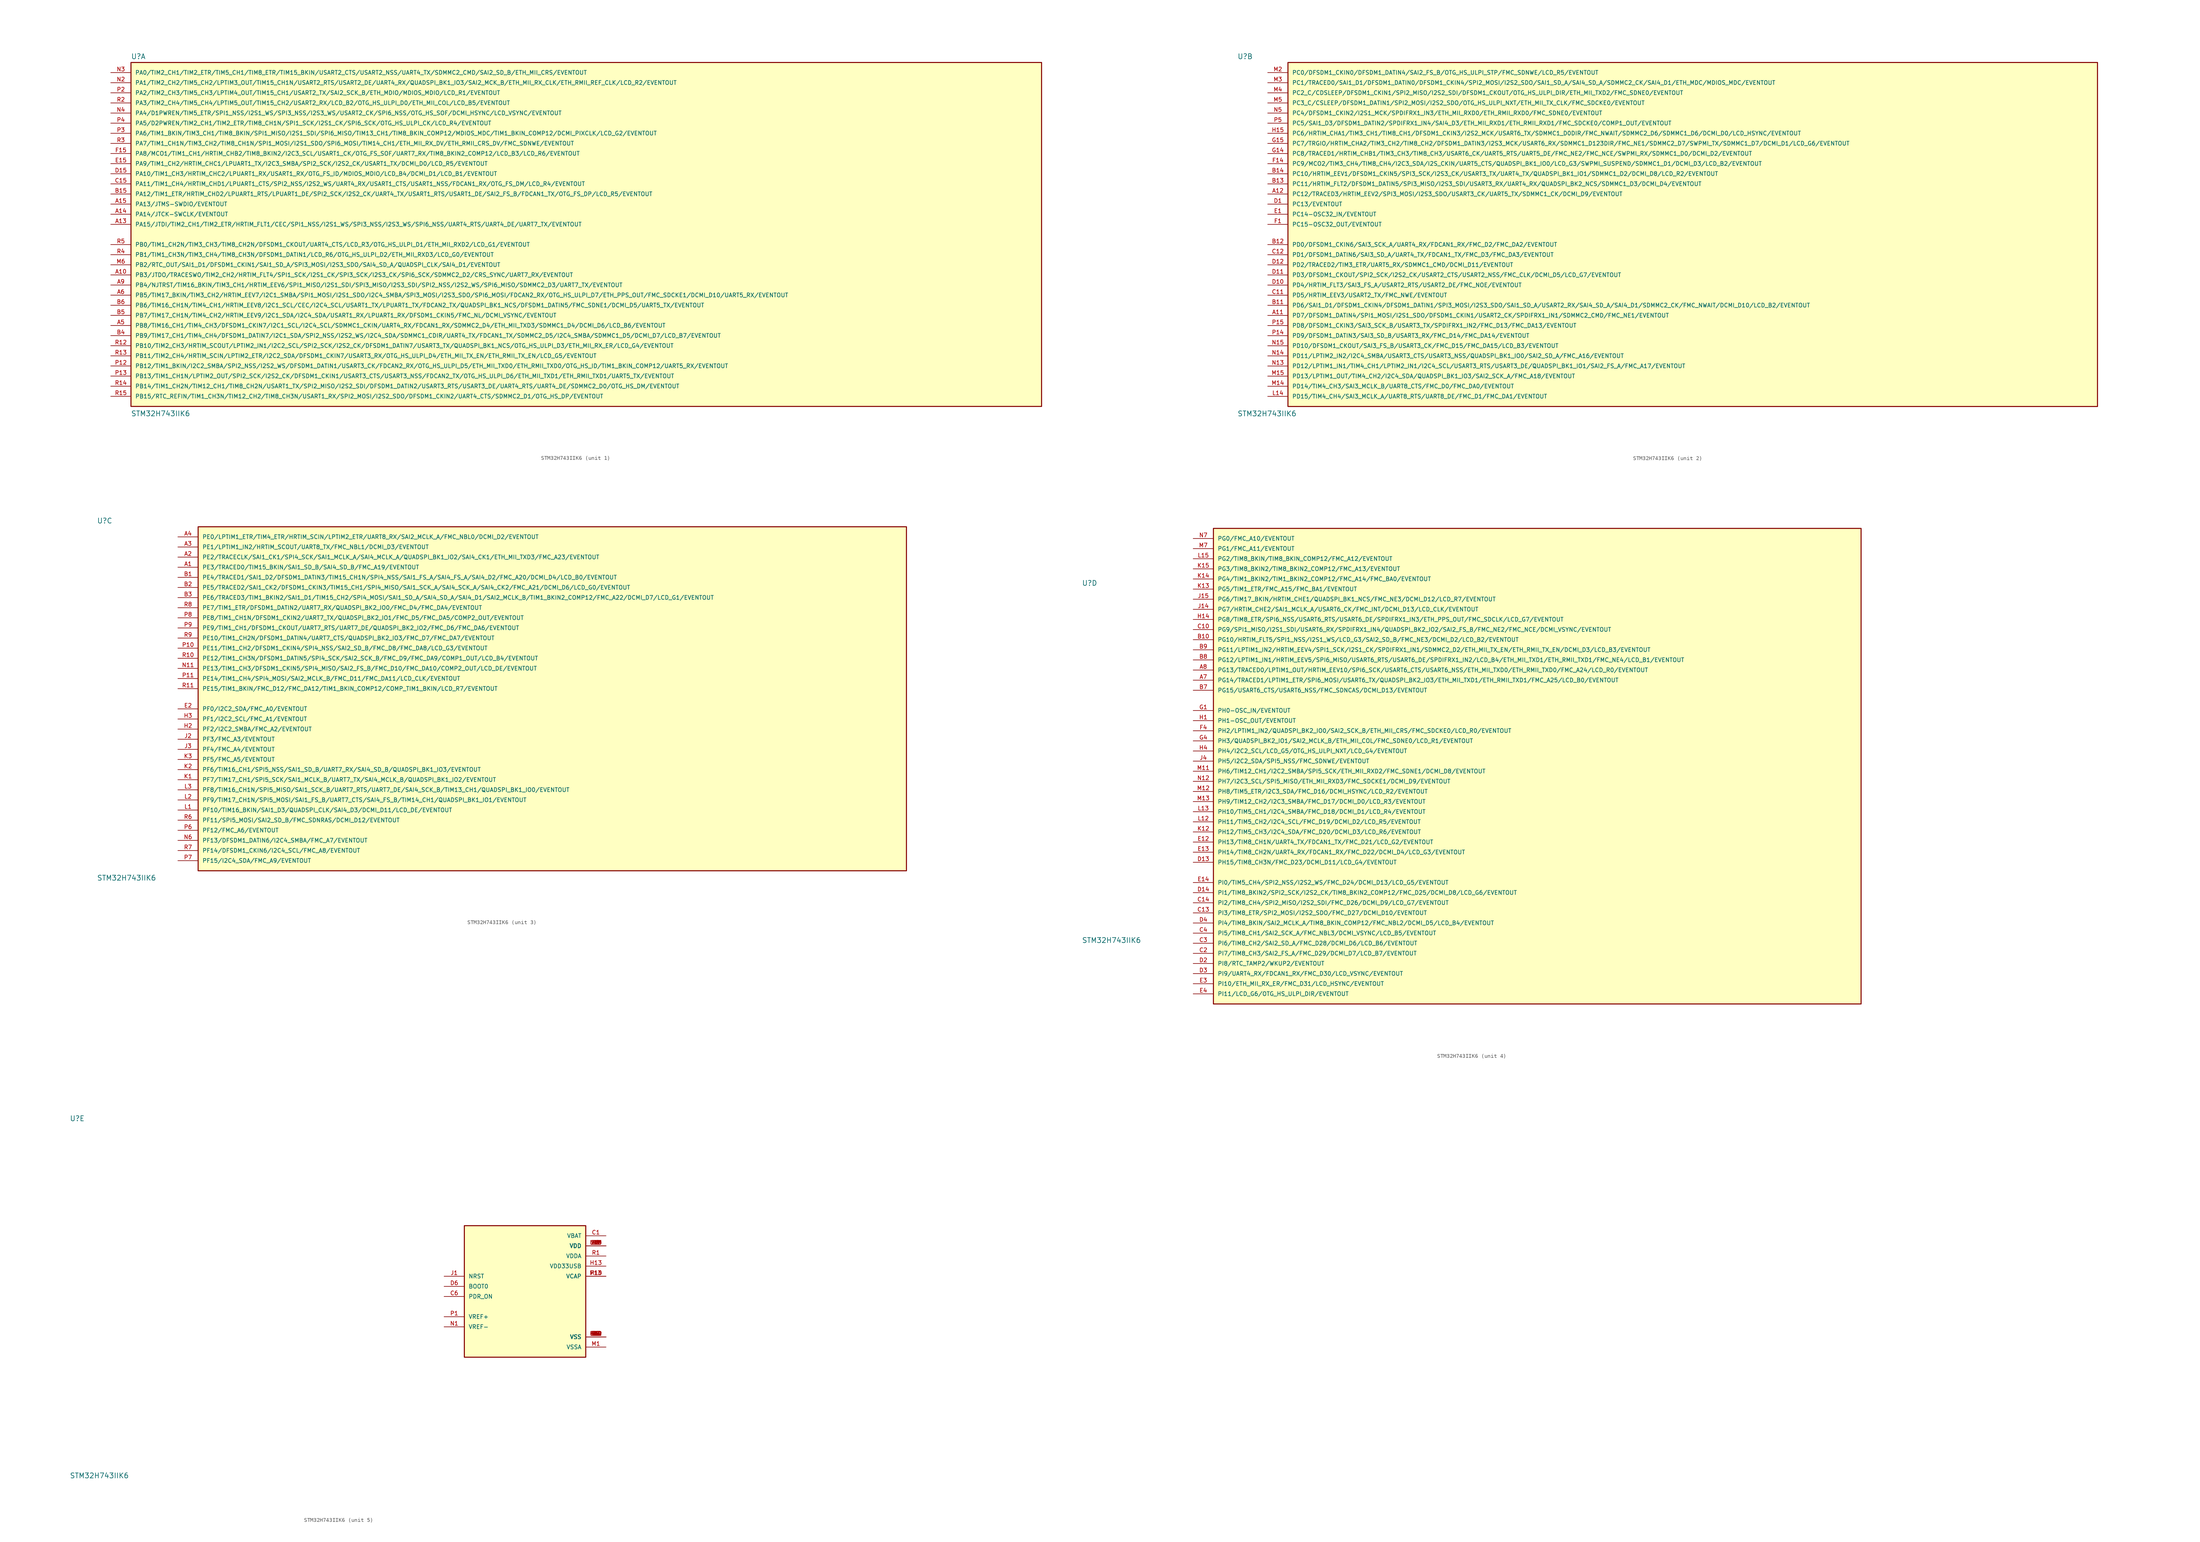
<source format=kicad_sym>
(kicad_symbol_lib
  (version 20211014)
  (generator kicad_symbol_editor)
  (symbol "STM32H743IIK6"
    (pin_names
      (offset 1.016))
    (property "Reference" "U"
      (at -114.3 43.942 0)
      (effects (font (size 1.27 1.27)) (justify bottom left)))
    (property "Value" "STM32H743IIK6"
      (at -114.3 -45.72 0)
      (effects (font (size 1.27 1.27)) (justify bottom left)))
    (symbol "STM32H743IIK6_1_0"
      (rectangle (start -114.3 -43.18) (end 114.3 43.18) (stroke (width 0.254)) (fill (type background)))
      (pin bidirectional line (at -119.38 40.64 0) (length 5.08) (name "PA0/TIM2_CH1/TIM2_ETR/TIM5_CH1/TIM8_ETR/TIM15_BKIN/USART2_CTS/USART2_NSS/UART4_TX/SDMMC2_CMD/SAI2_SD_B/ETH_MII_CRS/EVENTOUT" (effects (font (size 1.016 1.016)))) (number "N3" (effects (font (size 1.016 1.016)))))
      (pin bidirectional line (at -119.38 38.1 0) (length 5.08) (name "PA1/TIM2_CH2/TIM5_CH2/LPTIM3_OUT/TIM15_CH1N/USART2_RTS/USART2_DE/UART4_RX/QUADSPI_BK1_IO3/SAI2_MCK_B/ETH_MII_RX_CLK/ETH_RMII_REF_CLK/LCD_R2/EVENTOUT" (effects (font (size 1.016 1.016)))) (number "N2" (effects (font (size 1.016 1.016)))))
      (pin bidirectional line (at -119.38 35.56 0) (length 5.08) (name "PA2/TIM2_CH3/TIM5_CH3/LPTIM4_OUT/TIM15_CH1/USART2_TX/SAI2_SCK_B/ETH_MDIO/MDIOS_MDIO/LCD_R1/EVENTOUT" (effects (font (size 1.016 1.016)))) (number "P2" (effects (font (size 1.016 1.016)))))
      (pin bidirectional line (at -119.38 33.02 0) (length 5.08) (name "PA3/TIM2_CH4/TIM5_CH4/LPTIM5_OUT/TIM15_CH2/USART2_RX/LCD_B2/OTG_HS_ULPI_D0/ETH_MII_COL/LCD_B5/EVENTOUT" (effects (font (size 1.016 1.016)))) (number "R2" (effects (font (size 1.016 1.016)))))
      (pin bidirectional line (at -119.38 30.48 0) (length 5.08) (name "PA4/D1PWREN/TIM5_ETR/SPI1_NSS/I2S1_WS/SPI3_NSS/I2S3_WS/USART2_CK/SPI6_NSS/OTG_HS_SOF/DCMI_HSYNC/LCD_VSYNC/EVENTOUT" (effects (font (size 1.016 1.016)))) (number "N4" (effects (font (size 1.016 1.016)))))
      (pin bidirectional line (at -119.38 27.94 0) (length 5.08) (name "PA5/D2PWREN/TIM2_CH1/TIM2_ETR/TIM8_CH1N/SPI1_SCK/I2S1_CK/SPI6_SCK/OTG_HS_ULPI_CK/LCD_R4/EVENTOUT" (effects (font (size 1.016 1.016)))) (number "P4" (effects (font (size 1.016 1.016)))))
      (pin bidirectional line (at -119.38 25.4 0) (length 5.08) (name "PA6/TIM1_BKIN/TIM3_CH1/TIM8_BKIN/SPI1_MISO/I2S1_SDI/SPI6_MISO/TIM13_CH1/TIM8_BKIN_COMP12/MDIOS_MDC/TIM1_BKIN_COMP12/DCMI_PIXCLK/LCD_G2/EVENTOUT" (effects (font (size 1.016 1.016)))) (number "P3" (effects (font (size 1.016 1.016)))))
      (pin bidirectional line (at -119.38 22.86 0) (length 5.08) (name "PA7/TIM1_CH1N/TIM3_CH2/TIM8_CH1N/SPI1_MOSI/I2S1_SDO/SPI6_MOSI/TIM14_CH1/ETH_MII_RX_DV/ETH_RMII_CRS_DV/FMC_SDNWE/EVENTOUT" (effects (font (size 1.016 1.016)))) (number "R3" (effects (font (size 1.016 1.016)))))
      (pin bidirectional line (at -119.38 20.32 0) (length 5.08) (name "PA8/MCO1/TIM1_CH1/HRTIM_CHB2/TIM8_BKIN2/I2C3_SCL/USART1_CK/OTG_FS_SOF/UART7_RX/TIM8_BKIN2_COMP12/LCD_B3/LCD_R6/EVENTOUT" (effects (font (size 1.016 1.016)))) (number "F15" (effects (font (size 1.016 1.016)))))
      (pin bidirectional line (at -119.38 17.78 0) (length 5.08) (name "PA9/TIM1_CH2/HRTIM_CHC1/LPUART1_TX/I2C3_SMBA/SPI2_SCK/I2S2_CK/USART1_TX/DCMI_D0/LCD_R5/EVENTOUT" (effects (font (size 1.016 1.016)))) (number "E15" (effects (font (size 1.016 1.016)))))
      (pin bidirectional line (at -119.38 15.24 0) (length 5.08) (name "PA10/TIM1_CH3/HRTIM_CHC2/LPUART1_RX/USART1_RX/OTG_FS_ID/MDIOS_MDIO/LCD_B4/DCMI_D1/LCD_B1/EVENTOUT" (effects (font (size 1.016 1.016)))) (number "D15" (effects (font (size 1.016 1.016)))))
      (pin bidirectional line (at -119.38 12.7 0) (length 5.08) (name "PA11/TIM1_CH4/HRTIM_CHD1/LPUART1_CTS/SPI2_NSS/I2S2_WS/UART4_RX/USART1_CTS/USART1_NSS/FDCAN1_RX/OTG_FS_DM/LCD_R4/EVENTOUT" (effects (font (size 1.016 1.016)))) (number "C15" (effects (font (size 1.016 1.016)))))
      (pin bidirectional line (at -119.38 10.16 0) (length 5.08) (name "PA12/TIM1_ETR/HRTIM_CHD2/LPUART1_RTS/LPUART1_DE/SPI2_SCK/I2S2_CK/UART4_TX/USART1_RTS/USART1_DE/SAI2_FS_B/FDCAN1_TX/OTG_FS_DP/LCD_R5/EVENTOUT" (effects (font (size 1.016 1.016)))) (number "B15" (effects (font (size 1.016 1.016)))))
      (pin bidirectional line (at -119.38 7.62 0) (length 5.08) (name "PA13/JTMS-SWDIO/EVENTOUT" (effects (font (size 1.016 1.016)))) (number "A15" (effects (font (size 1.016 1.016)))))
      (pin bidirectional line (at -119.38 5.08 0) (length 5.08) (name "PA14/JTCK-SWCLK/EVENTOUT" (effects (font (size 1.016 1.016)))) (number "A14" (effects (font (size 1.016 1.016)))))
      (pin bidirectional line (at -119.38 2.54 0) (length 5.08) (name "PA15/JTDI/TIM2_CH1/TIM2_ETR/HRTIM_FLT1/CEC/SPI1_NSS/I2S1_WS/SPI3_NSS/I2S3_WS/SPI6_NSS/UART4_RTS/UART4_DE/UART7_TX/EVENTOUT" (effects (font (size 1.016 1.016)))) (number "A13" (effects (font (size 1.016 1.016)))))
      (pin bidirectional line (at -119.38 -2.54 0) (length 5.08) (name "PB0/TIM1_CH2N/TIM3_CH3/TIM8_CH2N/DFSDM1_CKOUT/UART4_CTS/LCD_R3/OTG_HS_ULPI_D1/ETH_MII_RXD2/LCD_G1/EVENTOUT" (effects (font (size 1.016 1.016)))) (number "R5" (effects (font (size 1.016 1.016)))))
      (pin bidirectional line (at -119.38 -5.08 0) (length 5.08) (name "PB1/TIM1_CH3N/TIM3_CH4/TIM8_CH3N/DFSDM1_DATIN1/LCD_R6/OTG_HS_ULPI_D2/ETH_MII_RXD3/LCD_G0/EVENTOUT" (effects (font (size 1.016 1.016)))) (number "R4" (effects (font (size 1.016 1.016)))))
      (pin bidirectional line (at -119.38 -7.62 0) (length 5.08) (name "PB2/RTC_OUT/SAI1_D1/DFSDM1_CKIN1/SAI1_SD_A/SPI3_MOSI/I2S3_SDO/SAI4_SD_A/QUADSPI_CLK/SAI4_D1/EVENTOUT" (effects (font (size 1.016 1.016)))) (number "M6" (effects (font (size 1.016 1.016)))))
      (pin bidirectional line (at -119.38 -27.94 0) (length 5.08) (name "PB10/TIM2_CH3/HRTIM_SCOUT/LPTIM2_IN1/I2C2_SCL/SPI2_SCK/I2S2_CK/DFSDM1_DATIN7/USART3_TX/QUADSPI_BK1_NCS/OTG_HS_ULPI_D3/ETH_MII_RX_ER/LCD_G4/EVENTOUT" (effects (font (size 1.016 1.016)))) (number "R12" (effects (font (size 1.016 1.016)))))
      (pin bidirectional line (at -119.38 -30.48 0) (length 5.08) (name "PB11/TIM2_CH4/HRTIM_SCIN/LPTIM2_ETR/I2C2_SDA/DFSDM1_CKIN7/USART3_RX/OTG_HS_ULPI_D4/ETH_MII_TX_EN/ETH_RMII_TX_EN/LCD_G5/EVENTOUT" (effects (font (size 1.016 1.016)))) (number "R13" (effects (font (size 1.016 1.016)))))
      (pin bidirectional line (at -119.38 -33.02 0) (length 5.08) (name "PB12/TIM1_BKIN/I2C2_SMBA/SPI2_NSS/I2S2_WS/DFSDM1_DATIN1/USART3_CK/FDCAN2_RX/OTG_HS_ULPI_D5/ETH_MII_TXD0/ETH_RMII_TXD0/OTG_HS_ID/TIM1_BKIN_COMP12/UART5_RX/EVENTOUT" (effects (font (size 1.016 1.016)))) (number "P12" (effects (font (size 1.016 1.016)))))
      (pin bidirectional line (at -119.38 -35.56 0) (length 5.08) (name "PB13/TIM1_CH1N/LPTIM2_OUT/SPI2_SCK/I2S2_CK/DFSDM1_CKIN1/USART3_CTS/USART3_NSS/FDCAN2_TX/OTG_HS_ULPI_D6/ETH_MII_TXD1/ETH_RMII_TXD1/UART5_TX/EVENTOUT" (effects (font (size 1.016 1.016)))) (number "P13" (effects (font (size 1.016 1.016)))))
      (pin bidirectional line (at -119.38 -38.1 0) (length 5.08) (name "PB14/TIM1_CH2N/TIM12_CH1/TIM8_CH2N/USART1_TX/SPI2_MISO/I2S2_SDI/DFSDM1_DATIN2/USART3_RTS/USART3_DE/UART4_RTS/UART4_DE/SDMMC2_D0/OTG_HS_DM/EVENTOUT" (effects (font (size 1.016 1.016)))) (number "R14" (effects (font (size 1.016 1.016)))))
      (pin bidirectional line (at -119.38 -40.64 0) (length 5.08) (name "PB15/RTC_REFIN/TIM1_CH3N/TIM12_CH2/TIM8_CH3N/USART1_RX/SPI2_MOSI/I2S2_SDO/DFSDM1_CKIN2/UART4_CTS/SDMMC2_D1/OTG_HS_DP/EVENTOUT" (effects (font (size 1.016 1.016)))) (number "R15" (effects (font (size 1.016 1.016)))))
      (pin bidirectional line (at -119.38 -15.24 0) (length 5.08) (name "PB5/TIM17_BKIN/TIM3_CH2/HRTIM_EEV7/I2C1_SMBA/SPI1_MOSI/I2S1_SDO/I2C4_SMBA/SPI3_MOSI/I2S3_SDO/SPI6_MOSI/FDCAN2_RX/OTG_HS_ULPI_D7/ETH_PPS_OUT/FMC_SDCKE1/DCMI_D10/UART5_RX/EVENTOUT" (effects (font (size 1.016 1.016)))) (number "A6" (effects (font (size 1.016 1.016)))))
      (pin bidirectional line (at -119.38 -17.78 0) (length 5.08) (name "PB6/TIM16_CH1N/TIM4_CH1/HRTIM_EEV8/I2C1_SCL/CEC/I2C4_SCL/USART1_TX/LPUART1_TX/FDCAN2_TX/QUADSPI_BK1_NCS/DFSDM1_DATIN5/FMC_SDNE1/DCMI_D5/UART5_TX/EVENTOUT" (effects (font (size 1.016 1.016)))) (number "B6" (effects (font (size 1.016 1.016)))))
      (pin bidirectional line (at -119.38 -20.32 0) (length 5.08) (name "PB7/TIM17_CH1N/TIM4_CH2/HRTIM_EEV9/I2C1_SDA/I2C4_SDA/USART1_RX/LPUART1_RX/DFSDM1_CKIN5/FMC_NL/DCMI_VSYNC/EVENTOUT" (effects (font (size 1.016 1.016)))) (number "B5" (effects (font (size 1.016 1.016)))))
      (pin bidirectional line (at -119.38 -22.86 0) (length 5.08) (name "PB8/TIM16_CH1/TIM4_CH3/DFSDM1_CKIN7/I2C1_SCL/I2C4_SCL/SDMMC1_CKIN/UART4_RX/FDCAN1_RX/SDMMC2_D4/ETH_MII_TXD3/SDMMC1_D4/DCMI_D6/LCD_B6/EVENTOUT" (effects (font (size 1.016 1.016)))) (number "A5" (effects (font (size 1.016 1.016)))))
      (pin bidirectional line (at -119.38 -25.4 0) (length 5.08) (name "PB9/TIM17_CH1/TIM4_CH4/DFSDM1_DATIN7/I2C1_SDA/SPI2_NSS/I2S2_WS/I2C4_SDA/SDMMC1_CDIR/UART4_TX/FDCAN1_TX/SDMMC2_D5/I2C4_SMBA/SDMMC1_D5/DCMI_D7/LCD_B7/EVENTOUT" (effects (font (size 1.016 1.016)))) (number "B4" (effects (font (size 1.016 1.016)))))
      (pin bidirectional line (at -119.38 -10.16 0) (length 5.08) (name "PB3/JTDO/TRACESWO/TIM2_CH2/HRTIM_FLT4/SPI1_SCK/I2S1_CK/SPI3_SCK/I2S3_CK/SPI6_SCK/SDMMC2_D2/CRS_SYNC/UART7_RX/EVENTOUT" (effects (font (size 1.016 1.016)))) (number "A10" (effects (font (size 1.016 1.016)))))
      (pin bidirectional line (at -119.38 -12.7 0) (length 5.08) (name "PB4/NJTRST/TIM16_BKIN/TIM3_CH1/HRTIM_EEV6/SPI1_MISO/I2S1_SDI/SPI3_MISO/I2S3_SDI/SPI2_NSS/I2S2_WS/SPI6_MISO/SDMMC2_D3/UART7_TX/EVENTOUT" (effects (font (size 1.016 1.016)))) (number "A9" (effects (font (size 1.016 1.016))))))
    (symbol "STM32H743IIK6_2_0"
      (rectangle (start -101.6 -43.18) (end 101.6 43.18) (stroke (width 0.254)) (fill (type background)))
      (pin bidirectional line (at -106.68 7.62 0) (length 5.08) (name "PC13/EVENTOUT" (effects (font (size 1.016 1.016)))) (number "D1" (effects (font (size 1.016 1.016)))))
      (pin bidirectional line (at -106.68 5.08 0) (length 5.08) (name "PC14-OSC32_IN/EVENTOUT" (effects (font (size 1.016 1.016)))) (number "E1" (effects (font (size 1.016 1.016)))))
      (pin bidirectional line (at -106.68 2.54 0) (length 5.08) (name "PC15-OSC32_OUT/EVENTOUT" (effects (font (size 1.016 1.016)))) (number "F1" (effects (font (size 1.016 1.016)))))
      (pin bidirectional line (at -106.68 40.64 0) (length 5.08) (name "PC0/DFSDM1_CKIN0/DFSDM1_DATIN4/SAI2_FS_B/OTG_HS_ULPI_STP/FMC_SDNWE/LCD_R5/EVENTOUT" (effects (font (size 1.016 1.016)))) (number "M2" (effects (font (size 1.016 1.016)))))
      (pin bidirectional line (at -106.68 38.1 0) (length 5.08) (name "PC1/TRACED0/SAI1_D1/DFSDM1_DATIN0/DFSDM1_CKIN4/SPI2_MOSI/I2S2_SDO/SAI1_SD_A/SAI4_SD_A/SDMMC2_CK/SAI4_D1/ETH_MDC/MDIOS_MDC/EVENTOUT" (effects (font (size 1.016 1.016)))) (number "M3" (effects (font (size 1.016 1.016)))))
      (pin bidirectional line (at -106.68 35.56 0) (length 5.08) (name "PC2_C/CDSLEEP/DFSDM1_CKIN1/SPI2_MISO/I2S2_SDI/DFSDM1_CKOUT/OTG_HS_ULPI_DIR/ETH_MII_TXD2/FMC_SDNE0/EVENTOUT" (effects (font (size 1.016 1.016)))) (number "M4" (effects (font (size 1.016 1.016)))))
      (pin bidirectional line (at -106.68 33.02 0) (length 5.08) (name "PC3_C/CSLEEP/DFSDM1_DATIN1/SPI2_MOSI/I2S2_SDO/OTG_HS_ULPI_NXT/ETH_MII_TX_CLK/FMC_SDCKE0/EVENTOUT" (effects (font (size 1.016 1.016)))) (number "M5" (effects (font (size 1.016 1.016)))))
      (pin bidirectional line (at -106.68 30.48 0) (length 5.08) (name "PC4/DFSDM1_CKIN2/I2S1_MCK/SPDIFRX1_IN3/ETH_MII_RXD0/ETH_RMII_RXD0/FMC_SDNE0/EVENTOUT" (effects (font (size 1.016 1.016)))) (number "N5" (effects (font (size 1.016 1.016)))))
      (pin bidirectional line (at -106.68 27.94 0) (length 5.08) (name "PC5/SAI1_D3/DFSDM1_DATIN2/SPDIFRX1_IN4/SAI4_D3/ETH_MII_RXD1/ETH_RMII_RXD1/FMC_SDCKE0/COMP1_OUT/EVENTOUT" (effects (font (size 1.016 1.016)))) (number "P5" (effects (font (size 1.016 1.016)))))
      (pin bidirectional line (at -106.68 25.4 0) (length 5.08) (name "PC6/HRTIM_CHA1/TIM3_CH1/TIM8_CH1/DFSDM1_CKIN3/I2S2_MCK/USART6_TX/SDMMC1_D0DIR/FMC_NWAIT/SDMMC2_D6/SDMMC1_D6/DCMI_D0/LCD_HSYNC/EVENTOUT" (effects (font (size 1.016 1.016)))) (number "H15" (effects (font (size 1.016 1.016)))))
      (pin bidirectional line (at -106.68 22.86 0) (length 5.08) (name "PC7/TRGIO/HRTIM_CHA2/TIM3_CH2/TIM8_CH2/DFSDM1_DATIN3/I2S3_MCK/USART6_RX/SDMMC1_D123DIR/FMC_NE1/SDMMC2_D7/SWPMI_TX/SDMMC1_D7/DCMI_D1/LCD_G6/EVENTOUT" (effects (font (size 1.016 1.016)))) (number "G15" (effects (font (size 1.016 1.016)))))
      (pin bidirectional line (at -106.68 20.32 0) (length 5.08) (name "PC8/TRACED1/HRTIM_CHB1/TIM3_CH3/TIM8_CH3/USART6_CK/UART5_RTS/UART5_DE/FMC_NE2/FMC_NCE/SWPMI_RX/SDMMC1_D0/DCMI_D2/EVENTOUT" (effects (font (size 1.016 1.016)))) (number "G14" (effects (font (size 1.016 1.016)))))
      (pin bidirectional line (at -106.68 17.78 0) (length 5.08) (name "PC9/MCO2/TIM3_CH4/TIM8_CH4/I2C3_SDA/I2S_CKIN/UART5_CTS/QUADSPI_BK1_IO0/LCD_G3/SWPMI_SUSPEND/SDMMC1_D1/DCMI_D3/LCD_B2/EVENTOUT" (effects (font (size 1.016 1.016)))) (number "F14" (effects (font (size 1.016 1.016)))))
      (pin bidirectional line (at -106.68 15.24 0) (length 5.08) (name "PC10/HRTIM_EEV1/DFSDM1_CKIN5/SPI3_SCK/I2S3_CK/USART3_TX/UART4_TX/QUADSPI_BK1_IO1/SDMMC1_D2/DCMI_D8/LCD_R2/EVENTOUT" (effects (font (size 1.016 1.016)))) (number "B14" (effects (font (size 1.016 1.016)))))
      (pin bidirectional line (at -106.68 12.7 0) (length 5.08) (name "PC11/HRTIM_FLT2/DFSDM1_DATIN5/SPI3_MISO/I2S3_SDI/USART3_RX/UART4_RX/QUADSPI_BK2_NCS/SDMMC1_D3/DCMI_D4/EVENTOUT" (effects (font (size 1.016 1.016)))) (number "B13" (effects (font (size 1.016 1.016)))))
      (pin bidirectional line (at -106.68 10.16 0) (length 5.08) (name "PC12/TRACED3/HRTIM_EEV2/SPI3_MOSI/I2S3_SDO/USART3_CK/UART5_TX/SDMMC1_CK/DCMI_D9/EVENTOUT" (effects (font (size 1.016 1.016)))) (number "A12" (effects (font (size 1.016 1.016)))))
      (pin bidirectional line (at -106.68 -22.86 0) (length 5.08) (name "PD8/DFSDM1_CKIN3/SAI3_SCK_B/USART3_TX/SPDIFRX1_IN2/FMC_D13/FMC_DA13/EVENTOUT" (effects (font (size 1.016 1.016)))) (number "P15" (effects (font (size 1.016 1.016)))))
      (pin bidirectional line (at -106.68 -25.4 0) (length 5.08) (name "PD9/DFSDM1_DATIN3/SAI3_SD_B/USART3_RX/FMC_D14/FMC_DA14/EVENTOUT" (effects (font (size 1.016 1.016)))) (number "P14" (effects (font (size 1.016 1.016)))))
      (pin bidirectional line (at -106.68 -27.94 0) (length 5.08) (name "PD10/DFSDM1_CKOUT/SAI3_FS_B/USART3_CK/FMC_D15/FMC_DA15/LCD_B3/EVENTOUT" (effects (font (size 1.016 1.016)))) (number "N15" (effects (font (size 1.016 1.016)))))
      (pin bidirectional line (at -106.68 -30.48 0) (length 5.08) (name "PD11/LPTIM2_IN2/I2C4_SMBA/USART3_CTS/USART3_NSS/QUADSPI_BK1_IO0/SAI2_SD_A/FMC_A16/EVENTOUT" (effects (font (size 1.016 1.016)))) (number "N14" (effects (font (size 1.016 1.016)))))
      (pin bidirectional line (at -106.68 -33.02 0) (length 5.08) (name "PD12/LPTIM1_IN1/TIM4_CH1/LPTIM2_IN1/I2C4_SCL/USART3_RTS/USART3_DE/QUADSPI_BK1_IO1/SAI2_FS_A/FMC_A17/EVENTOUT" (effects (font (size 1.016 1.016)))) (number "N13" (effects (font (size 1.016 1.016)))))
      (pin bidirectional line (at -106.68 -35.56 0) (length 5.08) (name "PD13/LPTIM1_OUT/TIM4_CH2/I2C4_SDA/QUADSPI_BK1_IO3/SAI2_SCK_A/FMC_A18/EVENTOUT" (effects (font (size 1.016 1.016)))) (number "M15" (effects (font (size 1.016 1.016)))))
      (pin bidirectional line (at -106.68 -38.1 0) (length 5.08) (name "PD14/TIM4_CH3/SAI3_MCLK_B/UART8_CTS/FMC_D0/FMC_DA0/EVENTOUT" (effects (font (size 1.016 1.016)))) (number "M14" (effects (font (size 1.016 1.016)))))
      (pin bidirectional line (at -106.68 -40.64 0) (length 5.08) (name "PD15/TIM4_CH4/SAI3_MCLK_A/UART8_RTS/UART8_DE/FMC_D1/FMC_DA1/EVENTOUT" (effects (font (size 1.016 1.016)))) (number "L14" (effects (font (size 1.016 1.016)))))
      (pin bidirectional line (at -106.68 -2.54 0) (length 5.08) (name "PD0/DFSDM1_CKIN6/SAI3_SCK_A/UART4_RX/FDCAN1_RX/FMC_D2/FMC_DA2/EVENTOUT" (effects (font (size 1.016 1.016)))) (number "B12" (effects (font (size 1.016 1.016)))))
      (pin bidirectional line (at -106.68 -5.08 0) (length 5.08) (name "PD1/DFSDM1_DATIN6/SAI3_SD_A/UART4_TX/FDCAN1_TX/FMC_D3/FMC_DA3/EVENTOUT" (effects (font (size 1.016 1.016)))) (number "C12" (effects (font (size 1.016 1.016)))))
      (pin bidirectional line (at -106.68 -7.62 0) (length 5.08) (name "PD2/TRACED2/TIM3_ETR/UART5_RX/SDMMC1_CMD/DCMI_D11/EVENTOUT" (effects (font (size 1.016 1.016)))) (number "D12" (effects (font (size 1.016 1.016)))))
      (pin bidirectional line (at -106.68 -10.16 0) (length 5.08) (name "PD3/DFSDM1_CKOUT/SPI2_SCK/I2S2_CK/USART2_CTS/USART2_NSS/FMC_CLK/DCMI_D5/LCD_G7/EVENTOUT" (effects (font (size 1.016 1.016)))) (number "D11" (effects (font (size 1.016 1.016)))))
      (pin bidirectional line (at -106.68 -12.7 0) (length 5.08) (name "PD4/HRTIM_FLT3/SAI3_FS_A/USART2_RTS/USART2_DE/FMC_NOE/EVENTOUT" (effects (font (size 1.016 1.016)))) (number "D10" (effects (font (size 1.016 1.016)))))
      (pin bidirectional line (at -106.68 -15.24 0) (length 5.08) (name "PD5/HRTIM_EEV3/USART2_TX/FMC_NWE/EVENTOUT" (effects (font (size 1.016 1.016)))) (number "C11" (effects (font (size 1.016 1.016)))))
      (pin bidirectional line (at -106.68 -17.78 0) (length 5.08) (name "PD6/SAI1_D1/DFSDM1_CKIN4/DFSDM1_DATIN1/SPI3_MOSI/I2S3_SDO/SAI1_SD_A/USART2_RX/SAI4_SD_A/SAI4_D1/SDMMC2_CK/FMC_NWAIT/DCMI_D10/LCD_B2/EVENTOUT" (effects (font (size 1.016 1.016)))) (number "B11" (effects (font (size 1.016 1.016)))))
      (pin bidirectional line (at -106.68 -20.32 0) (length 5.08) (name "PD7/DFSDM1_DATIN4/SPI1_MOSI/I2S1_SDO/DFSDM1_CKIN1/USART2_CK/SPDIFRX1_IN1/SDMMC2_CMD/FMC_NE1/EVENTOUT" (effects (font (size 1.016 1.016)))) (number "A11" (effects (font (size 1.016 1.016))))))
    (symbol "STM32H743IIK6_3_0"
      (rectangle (start -88.9 -43.18) (end 88.9 43.18) (stroke (width 0.254)) (fill (type background)))
      (pin bidirectional line (at -93.98 35.56 0) (length 5.08) (name "PE2/TRACECLK/SAI1_CK1/SPI4_SCK/SAI1_MCLK_A/SAI4_MCLK_A/QUADSPI_BK1_IO2/SAI4_CK1/ETH_MII_TXD3/FMC_A23/EVENTOUT" (effects (font (size 1.016 1.016)))) (number "A2" (effects (font (size 1.016 1.016)))))
      (pin bidirectional line (at -93.98 33.02 0) (length 5.08) (name "PE3/TRACED0/TIM15_BKIN/SAI1_SD_B/SAI4_SD_B/FMC_A19/EVENTOUT" (effects (font (size 1.016 1.016)))) (number "A1" (effects (font (size 1.016 1.016)))))
      (pin bidirectional line (at -93.98 30.48 0) (length 5.08) (name "PE4/TRACED1/SAI1_D2/DFSDM1_DATIN3/TIM15_CH1N/SPI4_NSS/SAI1_FS_A/SAI4_FS_A/SAI4_D2/FMC_A20/DCMI_D4/LCD_B0/EVENTOUT" (effects (font (size 1.016 1.016)))) (number "B1" (effects (font (size 1.016 1.016)))))
      (pin bidirectional line (at -93.98 27.94 0) (length 5.08) (name "PE5/TRACED2/SAI1_CK2/DFSDM1_CKIN3/TIM15_CH1/SPI4_MISO/SAI1_SCK_A/SAI4_SCK_A/SAI4_CK2/FMC_A21/DCMI_D6/LCD_G0/EVENTOUT" (effects (font (size 1.016 1.016)))) (number "B2" (effects (font (size 1.016 1.016)))))
      (pin bidirectional line (at -93.98 25.4 0) (length 5.08) (name "PE6/TRACED3/TIM1_BKIN2/SAI1_D1/TIM15_CH2/SPI4_MOSI/SAI1_SD_A/SAI4_SD_A/SAI4_D1/SAI2_MCLK_B/TIM1_BKIN2_COMP12/FMC_A22/DCMI_D7/LCD_G1/EVENTOUT" (effects (font (size 1.016 1.016)))) (number "B3" (effects (font (size 1.016 1.016)))))
      (pin bidirectional line (at -93.98 22.86 0) (length 5.08) (name "PE7/TIM1_ETR/DFSDM1_DATIN2/UART7_RX/QUADSPI_BK2_IO0/FMC_D4/FMC_DA4/EVENTOUT" (effects (font (size 1.016 1.016)))) (number "R8" (effects (font (size 1.016 1.016)))))
      (pin bidirectional line (at -93.98 20.32 0) (length 5.08) (name "PE8/TIM1_CH1N/DFSDM1_CKIN2/UART7_TX/QUADSPI_BK2_IO1/FMC_D5/FMC_DA5/COMP2_OUT/EVENTOUT" (effects (font (size 1.016 1.016)))) (number "P8" (effects (font (size 1.016 1.016)))))
      (pin bidirectional line (at -93.98 17.78 0) (length 5.08) (name "PE9/TIM1_CH1/DFSDM1_CKOUT/UART7_RTS/UART7_DE/QUADSPI_BK2_IO2/FMC_D6/FMC_DA6/EVENTOUT" (effects (font (size 1.016 1.016)))) (number "P9" (effects (font (size 1.016 1.016)))))
      (pin bidirectional line (at -93.98 15.24 0) (length 5.08) (name "PE10/TIM1_CH2N/DFSDM1_DATIN4/UART7_CTS/QUADSPI_BK2_IO3/FMC_D7/FMC_DA7/EVENTOUT" (effects (font (size 1.016 1.016)))) (number "R9" (effects (font (size 1.016 1.016)))))
      (pin bidirectional line (at -93.98 12.7 0) (length 5.08) (name "PE11/TIM1_CH2/DFSDM1_CKIN4/SPI4_NSS/SAI2_SD_B/FMC_D8/FMC_DA8/LCD_G3/EVENTOUT" (effects (font (size 1.016 1.016)))) (number "P10" (effects (font (size 1.016 1.016)))))
      (pin bidirectional line (at -93.98 10.16 0) (length 5.08) (name "PE12/TIM1_CH3N/DFSDM1_DATIN5/SPI4_SCK/SAI2_SCK_B/FMC_D9/FMC_DA9/COMP1_OUT/LCD_B4/EVENTOUT" (effects (font (size 1.016 1.016)))) (number "R10" (effects (font (size 1.016 1.016)))))
      (pin bidirectional line (at -93.98 7.62 0) (length 5.08) (name "PE13/TIM1_CH3/DFSDM1_CKIN5/SPI4_MISO/SAI2_FS_B/FMC_D10/FMC_DA10/COMP2_OUT/LCD_DE/EVENTOUT" (effects (font (size 1.016 1.016)))) (number "N11" (effects (font (size 1.016 1.016)))))
      (pin bidirectional line (at -93.98 5.08 0) (length 5.08) (name "PE14/TIM1_CH4/SPI4_MOSI/SAI2_MCLK_B/FMC_D11/FMC_DA11/LCD_CLK/EVENTOUT" (effects (font (size 1.016 1.016)))) (number "P11" (effects (font (size 1.016 1.016)))))
      (pin bidirectional line (at -93.98 2.54 0) (length 5.08) (name "PE15/TIM1_BKIN/FMC_D12/FMC_DA12/TIM1_BKIN_COMP12/COMP_TIM1_BKIN/LCD_R7/EVENTOUT" (effects (font (size 1.016 1.016)))) (number "R11" (effects (font (size 1.016 1.016)))))
      (pin bidirectional line (at -93.98 40.64 0) (length 5.08) (name "PE0/LPTIM1_ETR/TIM4_ETR/HRTIM_SCIN/LPTIM2_ETR/UART8_RX/SAI2_MCLK_A/FMC_NBL0/DCMI_D2/EVENTOUT" (effects (font (size 1.016 1.016)))) (number "A4" (effects (font (size 1.016 1.016)))))
      (pin bidirectional line (at -93.98 38.1 0) (length 5.08) (name "PE1/LPTIM1_IN2/HRTIM_SCOUT/UART8_TX/FMC_NBL1/DCMI_D3/EVENTOUT" (effects (font (size 1.016 1.016)))) (number "A3" (effects (font (size 1.016 1.016)))))
      (pin bidirectional line (at -93.98 -2.54 0) (length 5.08) (name "PF0/I2C2_SDA/FMC_A0/EVENTOUT" (effects (font (size 1.016 1.016)))) (number "E2" (effects (font (size 1.016 1.016)))))
      (pin bidirectional line (at -93.98 -5.08 0) (length 5.08) (name "PF1/I2C2_SCL/FMC_A1/EVENTOUT" (effects (font (size 1.016 1.016)))) (number "H3" (effects (font (size 1.016 1.016)))))
      (pin bidirectional line (at -93.98 -7.62 0) (length 5.08) (name "PF2/I2C2_SMBA/FMC_A2/EVENTOUT" (effects (font (size 1.016 1.016)))) (number "H2" (effects (font (size 1.016 1.016)))))
      (pin bidirectional line (at -93.98 -10.16 0) (length 5.08) (name "PF3/FMC_A3/EVENTOUT" (effects (font (size 1.016 1.016)))) (number "J2" (effects (font (size 1.016 1.016)))))
      (pin bidirectional line (at -93.98 -12.7 0) (length 5.08) (name "PF4/FMC_A4/EVENTOUT" (effects (font (size 1.016 1.016)))) (number "J3" (effects (font (size 1.016 1.016)))))
      (pin bidirectional line (at -93.98 -15.24 0) (length 5.08) (name "PF5/FMC_A5/EVENTOUT" (effects (font (size 1.016 1.016)))) (number "K3" (effects (font (size 1.016 1.016)))))
      (pin bidirectional line (at -93.98 -17.78 0) (length 5.08) (name "PF6/TIM16_CH1/SPI5_NSS/SAI1_SD_B/UART7_RX/SAI4_SD_B/QUADSPI_BK1_IO3/EVENTOUT" (effects (font (size 1.016 1.016)))) (number "K2" (effects (font (size 1.016 1.016)))))
      (pin bidirectional line (at -93.98 -20.32 0) (length 5.08) (name "PF7/TIM17_CH1/SPI5_SCK/SAI1_MCLK_B/UART7_TX/SAI4_MCLK_B/QUADSPI_BK1_IO2/EVENTOUT" (effects (font (size 1.016 1.016)))) (number "K1" (effects (font (size 1.016 1.016)))))
      (pin bidirectional line (at -93.98 -22.86 0) (length 5.08) (name "PF8/TIM16_CH1N/SPI5_MISO/SAI1_SCK_B/UART7_RTS/UART7_DE/SAI4_SCK_B/TIM13_CH1/QUADSPI_BK1_IO0/EVENTOUT" (effects (font (size 1.016 1.016)))) (number "L3" (effects (font (size 1.016 1.016)))))
      (pin bidirectional line (at -93.98 -25.4 0) (length 5.08) (name "PF9/TIM17_CH1N/SPI5_MOSI/SAI1_FS_B/UART7_CTS/SAI4_FS_B/TIM14_CH1/QUADSPI_BK1_IO1/EVENTOUT" (effects (font (size 1.016 1.016)))) (number "L2" (effects (font (size 1.016 1.016)))))
      (pin bidirectional line (at -93.98 -27.94 0) (length 5.08) (name "PF10/TIM16_BKIN/SAI1_D3/QUADSPI_CLK/SAI4_D3/DCMI_D11/LCD_DE/EVENTOUT" (effects (font (size 1.016 1.016)))) (number "L1" (effects (font (size 1.016 1.016)))))
      (pin bidirectional line (at -93.98 -30.48 0) (length 5.08) (name "PF11/SPI5_MOSI/SAI2_SD_B/FMC_SDNRAS/DCMI_D12/EVENTOUT" (effects (font (size 1.016 1.016)))) (number "R6" (effects (font (size 1.016 1.016)))))
      (pin bidirectional line (at -93.98 -33.02 0) (length 5.08) (name "PF12/FMC_A6/EVENTOUT" (effects (font (size 1.016 1.016)))) (number "P6" (effects (font (size 1.016 1.016)))))
      (pin bidirectional line (at -93.98 -35.56 0) (length 5.08) (name "PF13/DFSDM1_DATIN6/I2C4_SMBA/FMC_A7/EVENTOUT" (effects (font (size 1.016 1.016)))) (number "N6" (effects (font (size 1.016 1.016)))))
      (pin bidirectional line (at -93.98 -38.1 0) (length 5.08) (name "PF14/DFSDM1_CKIN6/I2C4_SCL/FMC_A8/EVENTOUT" (effects (font (size 1.016 1.016)))) (number "R7" (effects (font (size 1.016 1.016)))))
      (pin bidirectional line (at -93.98 -40.64 0) (length 5.08) (name "PF15/I2C4_SDA/FMC_A9/EVENTOUT" (effects (font (size 1.016 1.016)))) (number "P7" (effects (font (size 1.016 1.016))))))
    (symbol "STM32H743IIK6_4_0"
      (rectangle (start -81.28 -60.96) (end 81.28 58.42) (stroke (width 0.254)) (fill (type background)))
      (pin bidirectional line (at -86.36 55.88 0) (length 5.08) (name "PG0/FMC_A10/EVENTOUT" (effects (font (size 1.016 1.016)))) (number "N7" (effects (font (size 1.016 1.016)))))
      (pin bidirectional line (at -86.36 53.34 0) (length 5.08) (name "PG1/FMC_A11/EVENTOUT" (effects (font (size 1.016 1.016)))) (number "M7" (effects (font (size 1.016 1.016)))))
      (pin bidirectional line (at -86.36 50.8 0) (length 5.08) (name "PG2/TIM8_BKIN/TIM8_BKIN_COMP12/FMC_A12/EVENTOUT" (effects (font (size 1.016 1.016)))) (number "L15" (effects (font (size 1.016 1.016)))))
      (pin bidirectional line (at -86.36 48.26 0) (length 5.08) (name "PG3/TIM8_BKIN2/TIM8_BKIN2_COMP12/FMC_A13/EVENTOUT" (effects (font (size 1.016 1.016)))) (number "K15" (effects (font (size 1.016 1.016)))))
      (pin bidirectional line (at -86.36 45.72 0) (length 5.08) (name "PG4/TIM1_BKIN2/TIM1_BKIN2_COMP12/FMC_A14/FMC_BA0/EVENTOUT" (effects (font (size 1.016 1.016)))) (number "K14" (effects (font (size 1.016 1.016)))))
      (pin bidirectional line (at -86.36 43.18 0) (length 5.08) (name "PG5/TIM1_ETR/FMC_A15/FMC_BA1/EVENTOUT" (effects (font (size 1.016 1.016)))) (number "K13" (effects (font (size 1.016 1.016)))))
      (pin bidirectional line (at -86.36 40.64 0) (length 5.08) (name "PG6/TIM17_BKIN/HRTIM_CHE1/QUADSPI_BK1_NCS/FMC_NE3/DCMI_D12/LCD_R7/EVENTOUT" (effects (font (size 1.016 1.016)))) (number "J15" (effects (font (size 1.016 1.016)))))
      (pin bidirectional line (at -86.36 38.1 0) (length 5.08) (name "PG7/HRTIM_CHE2/SAI1_MCLK_A/USART6_CK/FMC_INT/DCMI_D13/LCD_CLK/EVENTOUT" (effects (font (size 1.016 1.016)))) (number "J14" (effects (font (size 1.016 1.016)))))
      (pin bidirectional line (at -86.36 35.56 0) (length 5.08) (name "PG8/TIM8_ETR/SPI6_NSS/USART6_RTS/USART6_DE/SPDIFRX1_IN3/ETH_PPS_OUT/FMC_SDCLK/LCD_G7/EVENTOUT" (effects (font (size 1.016 1.016)))) (number "H14" (effects (font (size 1.016 1.016)))))
      (pin bidirectional line (at -86.36 33.02 0) (length 5.08) (name "PG9/SPI1_MISO/I2S1_SDI/USART6_RX/SPDIFRX1_IN4/QUADSPI_BK2_IO2/SAI2_FS_B/FMC_NE2/FMC_NCE/DCMI_VSYNC/EVENTOUT" (effects (font (size 1.016 1.016)))) (number "C10" (effects (font (size 1.016 1.016)))))
      (pin bidirectional line (at -86.36 30.48 0) (length 5.08) (name "PG10/HRTIM_FLT5/SPI1_NSS/I2S1_WS/LCD_G3/SAI2_SD_B/FMC_NE3/DCMI_D2/LCD_B2/EVENTOUT" (effects (font (size 1.016 1.016)))) (number "B10" (effects (font (size 1.016 1.016)))))
      (pin bidirectional line (at -86.36 27.94 0) (length 5.08) (name "PG11/LPTIM1_IN2/HRTIM_EEV4/SPI1_SCK/I2S1_CK/SPDIFRX1_IN1/SDMMC2_D2/ETH_MII_TX_EN/ETH_RMII_TX_EN/DCMI_D3/LCD_B3/EVENTOUT" (effects (font (size 1.016 1.016)))) (number "B9" (effects (font (size 1.016 1.016)))))
      (pin bidirectional line (at -86.36 25.4 0) (length 5.08) (name "PG12/LPTIM1_IN1/HRTIM_EEV5/SPI6_MISO/USART6_RTS/USART6_DE/SPDIFRX1_IN2/LCD_B4/ETH_MII_TXD1/ETH_RMII_TXD1/FMC_NE4/LCD_B1/EVENTOUT" (effects (font (size 1.016 1.016)))) (number "B8" (effects (font (size 1.016 1.016)))))
      (pin bidirectional line (at -86.36 22.86 0) (length 5.08) (name "PG13/TRACED0/LPTIM1_OUT/HRTIM_EEV10/SPI6_SCK/USART6_CTS/USART6_NSS/ETH_MII_TXD0/ETH_RMII_TXD0/FMC_A24/LCD_R0/EVENTOUT" (effects (font (size 1.016 1.016)))) (number "A8" (effects (font (size 1.016 1.016)))))
      (pin bidirectional line (at -86.36 20.32 0) (length 5.08) (name "PG14/TRACED1/LPTIM1_ETR/SPI6_MOSI/USART6_TX/QUADSPI_BK2_IO3/ETH_MII_TXD1/ETH_RMII_TXD1/FMC_A25/LCD_B0/EVENTOUT" (effects (font (size 1.016 1.016)))) (number "A7" (effects (font (size 1.016 1.016)))))
      (pin bidirectional line (at -86.36 17.78 0) (length 5.08) (name "PG15/USART6_CTS/USART6_NSS/FMC_SDNCAS/DCMI_D13/EVENTOUT" (effects (font (size 1.016 1.016)))) (number "B7" (effects (font (size 1.016 1.016)))))
      (pin bidirectional line (at -86.36 12.7 0) (length 5.08) (name "PH0-OSC_IN/EVENTOUT" (effects (font (size 1.016 1.016)))) (number "G1" (effects (font (size 1.016 1.016)))))
      (pin bidirectional line (at -86.36 10.16 0) (length 5.08) (name "PH1-OSC_OUT/EVENTOUT" (effects (font (size 1.016 1.016)))) (number "H1" (effects (font (size 1.016 1.016)))))
      (pin bidirectional line (at -86.36 7.62 0) (length 5.08) (name "PH2/LPTIM1_IN2/QUADSPI_BK2_IO0/SAI2_SCK_B/ETH_MII_CRS/FMC_SDCKE0/LCD_R0/EVENTOUT" (effects (font (size 1.016 1.016)))) (number "F4" (effects (font (size 1.016 1.016)))))
      (pin bidirectional line (at -86.36 5.08 0) (length 5.08) (name "PH3/QUADSPI_BK2_IO1/SAI2_MCLK_B/ETH_MII_COL/FMC_SDNE0/LCD_R1/EVENTOUT" (effects (font (size 1.016 1.016)))) (number "G4" (effects (font (size 1.016 1.016)))))
      (pin bidirectional line (at -86.36 2.54 0) (length 5.08) (name "PH4/I2C2_SCL/LCD_G5/OTG_HS_ULPI_NXT/LCD_G4/EVENTOUT" (effects (font (size 1.016 1.016)))) (number "H4" (effects (font (size 1.016 1.016)))))
      (pin bidirectional line (at -86.36 0.0 0) (length 5.08) (name "PH5/I2C2_SDA/SPI5_NSS/FMC_SDNWE/EVENTOUT" (effects (font (size 1.016 1.016)))) (number "J4" (effects (font (size 1.016 1.016)))))
      (pin bidirectional line (at -86.36 -12.7 0) (length 5.08) (name "PH10/TIM5_CH1/I2C4_SMBA/FMC_D18/DCMI_D1/LCD_R4/EVENTOUT" (effects (font (size 1.016 1.016)))) (number "L13" (effects (font (size 1.016 1.016)))))
      (pin bidirectional line (at -86.36 -15.24 0) (length 5.08) (name "PH11/TIM5_CH2/I2C4_SCL/FMC_D19/DCMI_D2/LCD_R5/EVENTOUT" (effects (font (size 1.016 1.016)))) (number "L12" (effects (font (size 1.016 1.016)))))
      (pin bidirectional line (at -86.36 -17.78 0) (length 5.08) (name "PH12/TIM5_CH3/I2C4_SDA/FMC_D20/DCMI_D3/LCD_R6/EVENTOUT" (effects (font (size 1.016 1.016)))) (number "K12" (effects (font (size 1.016 1.016)))))
      (pin bidirectional line (at -86.36 -58.42 0) (length 5.08) (name "PI11/LCD_G6/OTG_HS_ULPI_DIR/EVENTOUT" (effects (font (size 1.016 1.016)))) (number "E4" (effects (font (size 1.016 1.016)))))
      (pin bidirectional line (at -86.36 -30.48 0) (length 5.08) (name "PI0/TIM5_CH4/SPI2_NSS/I2S2_WS/FMC_D24/DCMI_D13/LCD_G5/EVENTOUT" (effects (font (size 1.016 1.016)))) (number "E14" (effects (font (size 1.016 1.016)))))
      (pin bidirectional line (at -86.36 -33.02 0) (length 5.08) (name "PI1/TIM8_BKIN2/SPI2_SCK/I2S2_CK/TIM8_BKIN2_COMP12/FMC_D25/DCMI_D8/LCD_G6/EVENTOUT" (effects (font (size 1.016 1.016)))) (number "D14" (effects (font (size 1.016 1.016)))))
      (pin bidirectional line (at -86.36 -35.56 0) (length 5.08) (name "PI2/TIM8_CH4/SPI2_MISO/I2S2_SDI/FMC_D26/DCMI_D9/LCD_G7/EVENTOUT" (effects (font (size 1.016 1.016)))) (number "C14" (effects (font (size 1.016 1.016)))))
      (pin bidirectional line (at -86.36 -38.1 0) (length 5.08) (name "PI3/TIM8_ETR/SPI2_MOSI/I2S2_SDO/FMC_D27/DCMI_D10/EVENTOUT" (effects (font (size 1.016 1.016)))) (number "C13" (effects (font (size 1.016 1.016)))))
      (pin bidirectional line (at -86.36 -45.72 0) (length 5.08) (name "PI6/TIM8_CH2/SAI2_SD_A/FMC_D28/DCMI_D6/LCD_B6/EVENTOUT" (effects (font (size 1.016 1.016)))) (number "C3" (effects (font (size 1.016 1.016)))))
      (pin bidirectional line (at -86.36 -48.26 0) (length 5.08) (name "PI7/TIM8_CH3/SAI2_FS_A/FMC_D29/DCMI_D7/LCD_B7/EVENTOUT" (effects (font (size 1.016 1.016)))) (number "C2" (effects (font (size 1.016 1.016)))))
      (pin bidirectional line (at -86.36 -2.54 0) (length 5.08) (name "PH6/TIM12_CH1/I2C2_SMBA/SPI5_SCK/ETH_MII_RXD2/FMC_SDNE1/DCMI_D8/EVENTOUT" (effects (font (size 1.016 1.016)))) (number "M11" (effects (font (size 1.016 1.016)))))
      (pin bidirectional line (at -86.36 -5.08 0) (length 5.08) (name "PH7/I2C3_SCL/SPI5_MISO/ETH_MII_RXD3/FMC_SDCKE1/DCMI_D9/EVENTOUT" (effects (font (size 1.016 1.016)))) (number "N12" (effects (font (size 1.016 1.016)))))
      (pin bidirectional line (at -86.36 -7.62 0) (length 5.08) (name "PH8/TIM5_ETR/I2C3_SDA/FMC_D16/DCMI_HSYNC/LCD_R2/EVENTOUT" (effects (font (size 1.016 1.016)))) (number "M12" (effects (font (size 1.016 1.016)))))
      (pin bidirectional line (at -86.36 -10.16 0) (length 5.08) (name "PH9/TIM12_CH2/I2C3_SMBA/FMC_D17/DCMI_D0/LCD_R3/EVENTOUT" (effects (font (size 1.016 1.016)))) (number "M13" (effects (font (size 1.016 1.016)))))
      (pin bidirectional line (at -86.36 -20.32 0) (length 5.08) (name "PH13/TIM8_CH1N/UART4_TX/FDCAN1_TX/FMC_D21/LCD_G2/EVENTOUT" (effects (font (size 1.016 1.016)))) (number "E12" (effects (font (size 1.016 1.016)))))
      (pin bidirectional line (at -86.36 -22.86 0) (length 5.08) (name "PH14/TIM8_CH2N/UART4_RX/FDCAN1_RX/FMC_D22/DCMI_D4/LCD_G3/EVENTOUT" (effects (font (size 1.016 1.016)))) (number "E13" (effects (font (size 1.016 1.016)))))
      (pin bidirectional line (at -86.36 -25.4 0) (length 5.08) (name "PH15/TIM8_CH3N/FMC_D23/DCMI_D11/LCD_G4/EVENTOUT" (effects (font (size 1.016 1.016)))) (number "D13" (effects (font (size 1.016 1.016)))))
      (pin bidirectional line (at -86.36 -50.8 0) (length 5.08) (name "PI8/RTC_TAMP2/WKUP2/EVENTOUT" (effects (font (size 1.016 1.016)))) (number "D2" (effects (font (size 1.016 1.016)))))
      (pin bidirectional line (at -86.36 -53.34 0) (length 5.08) (name "PI9/UART4_RX/FDCAN1_RX/FMC_D30/LCD_VSYNC/EVENTOUT" (effects (font (size 1.016 1.016)))) (number "D3" (effects (font (size 1.016 1.016)))))
      (pin bidirectional line (at -86.36 -55.88 0) (length 5.08) (name "PI10/ETH_MII_RX_ER/FMC_D31/LCD_HSYNC/EVENTOUT" (effects (font (size 1.016 1.016)))) (number "E3" (effects (font (size 1.016 1.016)))))
      (pin bidirectional line (at -86.36 -40.64 0) (length 5.08) (name "PI4/TIM8_BKIN/SAI2_MCLK_A/TIM8_BKIN_COMP12/FMC_NBL2/DCMI_D5/LCD_B4/EVENTOUT" (effects (font (size 1.016 1.016)))) (number "D4" (effects (font (size 1.016 1.016)))))
      (pin bidirectional line (at -86.36 -43.18 0) (length 5.08) (name "PI5/TIM8_CH1/SAI2_SCK_A/FMC_NBL3/DCMI_VSYNC/LCD_B5/EVENTOUT" (effects (font (size 1.016 1.016)))) (number "C4" (effects (font (size 1.016 1.016))))))
    (symbol "STM32H743IIK6_5_0"
      (rectangle (start -15.24 -15.24) (end 15.24 17.78) (stroke (width 0.254)) (fill (type background)))
      (pin power_in line (at 20.32 -10.16 180.0) (length 5.08) (name "VSS" (effects (font (size 1.016 1.016)))) (number "D5" (effects (font (size 1.016 1.016)))))
      (pin power_in line (at 20.32 -10.16 180.0) (length 5.08) (name "VSS" (effects (font (size 1.016 1.016)))) (number "D7" (effects (font (size 1.016 1.016)))))
      (pin power_in line (at 20.32 -10.16 180.0) (length 5.08) (name "VSS" (effects (font (size 1.016 1.016)))) (number "D8" (effects (font (size 1.016 1.016)))))
      (pin power_in line (at 20.32 -10.16 180.0) (length 5.08) (name "VSS" (effects (font (size 1.016 1.016)))) (number "D9" (effects (font (size 1.016 1.016)))))
      (pin power_in line (at 20.32 -10.16 180.0) (length 5.08) (name "VSS" (effects (font (size 1.016 1.016)))) (number "F2" (effects (font (size 1.016 1.016)))))
      (pin power_in line (at 20.32 -10.16 180.0) (length 5.08) (name "VSS" (effects (font (size 1.016 1.016)))) (number "F6" (effects (font (size 1.016 1.016)))))
      (pin power_in line (at 20.32 -10.16 180.0) (length 5.08) (name "VSS" (effects (font (size 1.016 1.016)))) (number "F7" (effects (font (size 1.016 1.016)))))
      (pin power_in line (at 20.32 -10.16 180.0) (length 5.08) (name "VSS" (effects (font (size 1.016 1.016)))) (number "F8" (effects (font (size 1.016 1.016)))))
      (pin power_in line (at 20.32 -10.16 180.0) (length 5.08) (name "VSS" (effects (font (size 1.016 1.016)))) (number "F9" (effects (font (size 1.016 1.016)))))
      (pin power_in line (at 20.32 -10.16 180.0) (length 5.08) (name "VSS" (effects (font (size 1.016 1.016)))) (number "F10" (effects (font (size 1.016 1.016)))))
      (pin power_in line (at 20.32 -10.16 180.0) (length 5.08) (name "VSS" (effects (font (size 1.016 1.016)))) (number "F12" (effects (font (size 1.016 1.016)))))
      (pin power_in line (at 20.32 -10.16 180.0) (length 5.08) (name "VSS" (effects (font (size 1.016 1.016)))) (number "G2" (effects (font (size 1.016 1.016)))))
      (pin power_in line (at 20.32 -10.16 180.0) (length 5.08) (name "VSS" (effects (font (size 1.016 1.016)))) (number "G6" (effects (font (size 1.016 1.016)))))
      (pin power_in line (at 20.32 -10.16 180.0) (length 5.08) (name "VSS" (effects (font (size 1.016 1.016)))) (number "G7" (effects (font (size 1.016 1.016)))))
      (pin power_in line (at 20.32 -10.16 180.0) (length 5.08) (name "VSS" (effects (font (size 1.016 1.016)))) (number "G8" (effects (font (size 1.016 1.016)))))
      (pin power_in line (at 20.32 -10.16 180.0) (length 5.08) (name "VSS" (effects (font (size 1.016 1.016)))) (number "G9" (effects (font (size 1.016 1.016)))))
      (pin power_in line (at 20.32 -10.16 180.0) (length 5.08) (name "VSS" (effects (font (size 1.016 1.016)))) (number "G10" (effects (font (size 1.016 1.016)))))
      (pin power_in line (at 20.32 -10.16 180.0) (length 5.08) (name "VSS" (effects (font (size 1.016 1.016)))) (number "G12" (effects (font (size 1.016 1.016)))))
      (pin power_in line (at 20.32 -10.16 180.0) (length 5.08) (name "VSS" (effects (font (size 1.016 1.016)))) (number "H6" (effects (font (size 1.016 1.016)))))
      (pin power_in line (at 20.32 -10.16 180.0) (length 5.08) (name "VSS" (effects (font (size 1.016 1.016)))) (number "H7" (effects (font (size 1.016 1.016)))))
      (pin power_in line (at 20.32 -10.16 180.0) (length 5.08) (name "VSS" (effects (font (size 1.016 1.016)))) (number "H8" (effects (font (size 1.016 1.016)))))
      (pin power_in line (at 20.32 -10.16 180.0) (length 5.08) (name "VSS" (effects (font (size 1.016 1.016)))) (number "H9" (effects (font (size 1.016 1.016)))))
      (pin power_in line (at 20.32 -10.16 180.0) (length 5.08) (name "VSS" (effects (font (size 1.016 1.016)))) (number "H10" (effects (font (size 1.016 1.016)))))
      (pin power_in line (at 20.32 -10.16 180.0) (length 5.08) (name "VSS" (effects (font (size 1.016 1.016)))) (number "H12" (effects (font (size 1.016 1.016)))))
      (pin power_in line (at 20.32 -10.16 180.0) (length 5.08) (name "VSS" (effects (font (size 1.016 1.016)))) (number "J6" (effects (font (size 1.016 1.016)))))
      (pin power_in line (at 20.32 -10.16 180.0) (length 5.08) (name "VSS" (effects (font (size 1.016 1.016)))) (number "J7" (effects (font (size 1.016 1.016)))))
      (pin power_in line (at 20.32 -10.16 180.0) (length 5.08) (name "VSS" (effects (font (size 1.016 1.016)))) (number "J8" (effects (font (size 1.016 1.016)))))
      (pin power_in line (at 20.32 -10.16 180.0) (length 5.08) (name "VSS" (effects (font (size 1.016 1.016)))) (number "J9" (effects (font (size 1.016 1.016)))))
      (pin power_in line (at 20.32 -10.16 180.0) (length 5.08) (name "VSS" (effects (font (size 1.016 1.016)))) (number "J10" (effects (font (size 1.016 1.016)))))
      (pin power_in line (at 20.32 -10.16 180.0) (length 5.08) (name "VSS" (effects (font (size 1.016 1.016)))) (number "K6" (effects (font (size 1.016 1.016)))))
      (pin power_in line (at 20.32 -10.16 180.0) (length 5.08) (name "VSS" (effects (font (size 1.016 1.016)))) (number "K7" (effects (font (size 1.016 1.016)))))
      (pin power_in line (at 20.32 -10.16 180.0) (length 5.08) (name "VSS" (effects (font (size 1.016 1.016)))) (number "K8" (effects (font (size 1.016 1.016)))))
      (pin power_in line (at 20.32 -10.16 180.0) (length 5.08) (name "VSS" (effects (font (size 1.016 1.016)))) (number "K9" (effects (font (size 1.016 1.016)))))
      (pin power_in line (at 20.32 -10.16 180.0) (length 5.08) (name "VSS" (effects (font (size 1.016 1.016)))) (number "K10" (effects (font (size 1.016 1.016)))))
      (pin power_in line (at 20.32 -10.16 180.0) (length 5.08) (name "VSS" (effects (font (size 1.016 1.016)))) (number "L4" (effects (font (size 1.016 1.016)))))
      (pin power_in line (at 20.32 -10.16 180.0) (length 5.08) (name "VSS" (effects (font (size 1.016 1.016)))) (number "M8" (effects (font (size 1.016 1.016)))))
      (pin power_in line (at 20.32 -10.16 180.0) (length 5.08) (name "VSS" (effects (font (size 1.016 1.016)))) (number "M9" (effects (font (size 1.016 1.016)))))
      (pin power_in line (at 20.32 12.7 180.0) (length 5.08) (name "VDD" (effects (font (size 1.016 1.016)))) (number "C5" (effects (font (size 1.016 1.016)))))
      (pin power_in line (at 20.32 12.7 180.0) (length 5.08) (name "VDD" (effects (font (size 1.016 1.016)))) (number "C7" (effects (font (size 1.016 1.016)))))
      (pin power_in line (at 20.32 12.7 180.0) (length 5.08) (name "VDD" (effects (font (size 1.016 1.016)))) (number "C8" (effects (font (size 1.016 1.016)))))
      (pin power_in line (at 20.32 12.7 180.0) (length 5.08) (name "VDD" (effects (font (size 1.016 1.016)))) (number "C9" (effects (font (size 1.016 1.016)))))
      (pin power_in line (at 20.32 12.7 180.0) (length 5.08) (name "VDD" (effects (font (size 1.016 1.016)))) (number "F3" (effects (font (size 1.016 1.016)))))
      (pin power_in line (at 20.32 12.7 180.0) (length 5.08) (name "VDD" (effects (font (size 1.016 1.016)))) (number "G3" (effects (font (size 1.016 1.016)))))
      (pin power_in line (at 20.32 12.7 180.0) (length 5.08) (name "VDD" (effects (font (size 1.016 1.016)))) (number "G13" (effects (font (size 1.016 1.016)))))
      (pin power_in line (at 20.32 12.7 180.0) (length 5.08) (name "VDD" (effects (font (size 1.016 1.016)))) (number "J12" (effects (font (size 1.016 1.016)))))
      (pin power_in line (at 20.32 12.7 180.0) (length 5.08) (name "VDD" (effects (font (size 1.016 1.016)))) (number "J13" (effects (font (size 1.016 1.016)))))
      (pin power_in line (at 20.32 12.7 180.0) (length 5.08) (name "VDD" (effects (font (size 1.016 1.016)))) (number "K4" (effects (font (size 1.016 1.016)))))
      (pin power_in line (at 20.32 12.7 180.0) (length 5.08) (name "VDD" (effects (font (size 1.016 1.016)))) (number "N8" (effects (font (size 1.016 1.016)))))
      (pin power_in line (at 20.32 12.7 180.0) (length 5.08) (name "VDD" (effects (font (size 1.016 1.016)))) (number "N9" (effects (font (size 1.016 1.016)))))
      (pin power_in line (at 20.32 12.7 180.0) (length 5.08) (name "VDD" (effects (font (size 1.016 1.016)))) (number "N10" (effects (font (size 1.016 1.016)))))
      (pin bidirectional line (at -20.32 5.08 0) (length 5.08) (name "NRST" (effects (font (size 1.016 1.016)))) (number "J1" (effects (font (size 1.016 1.016)))))
      (pin power_in line (at 20.32 -12.7 180.0) (length 5.08) (name "VSSA" (effects (font (size 1.016 1.016)))) (number "M1" (effects (font (size 1.016 1.016)))))
      (pin input line (at -20.32 -5.08 0) (length 5.08) (name "VREF+" (effects (font (size 1.016 1.016)))) (number "P1" (effects (font (size 1.016 1.016)))))
      (pin power_in line (at 20.32 10.16 180.0) (length 5.08) (name "VDDA" (effects (font (size 1.016 1.016)))) (number "R1" (effects (font (size 1.016 1.016)))))
      (pin power_in line (at 20.32 5.08 180.0) (length 5.08) (name "VCAP" (effects (font (size 1.016 1.016)))) (number "F13" (effects (font (size 1.016 1.016)))))
      (pin power_in line (at 20.32 5.08 180.0) (length 5.08) (name "VCAP" (effects (font (size 1.016 1.016)))) (number "M10" (effects (font (size 1.016 1.016)))))
      (pin power_in line (at 20.32 7.62 180.0) (length 5.08) (name "VDD33USB" (effects (font (size 1.016 1.016)))) (number "H13" (effects (font (size 1.016 1.016)))))
      (pin input line (at -20.32 2.54 0) (length 5.08) (name "BOOT0" (effects (font (size 1.016 1.016)))) (number "D6" (effects (font (size 1.016 1.016)))))
      (pin input line (at -20.32 0.0 0) (length 5.08) (name "PDR_ON" (effects (font (size 1.016 1.016)))) (number "C6" (effects (font (size 1.016 1.016)))))
      (pin power_in line (at 20.32 15.24 180.0) (length 5.08) (name "VBAT" (effects (font (size 1.016 1.016)))) (number "C1" (effects (font (size 1.016 1.016)))))
      (pin input line (at -20.32 -7.62 0) (length 5.08) (name "VREF-" (effects (font (size 1.016 1.016)))) (number "N1" (effects (font (size 1.016 1.016))))))))
</source>
